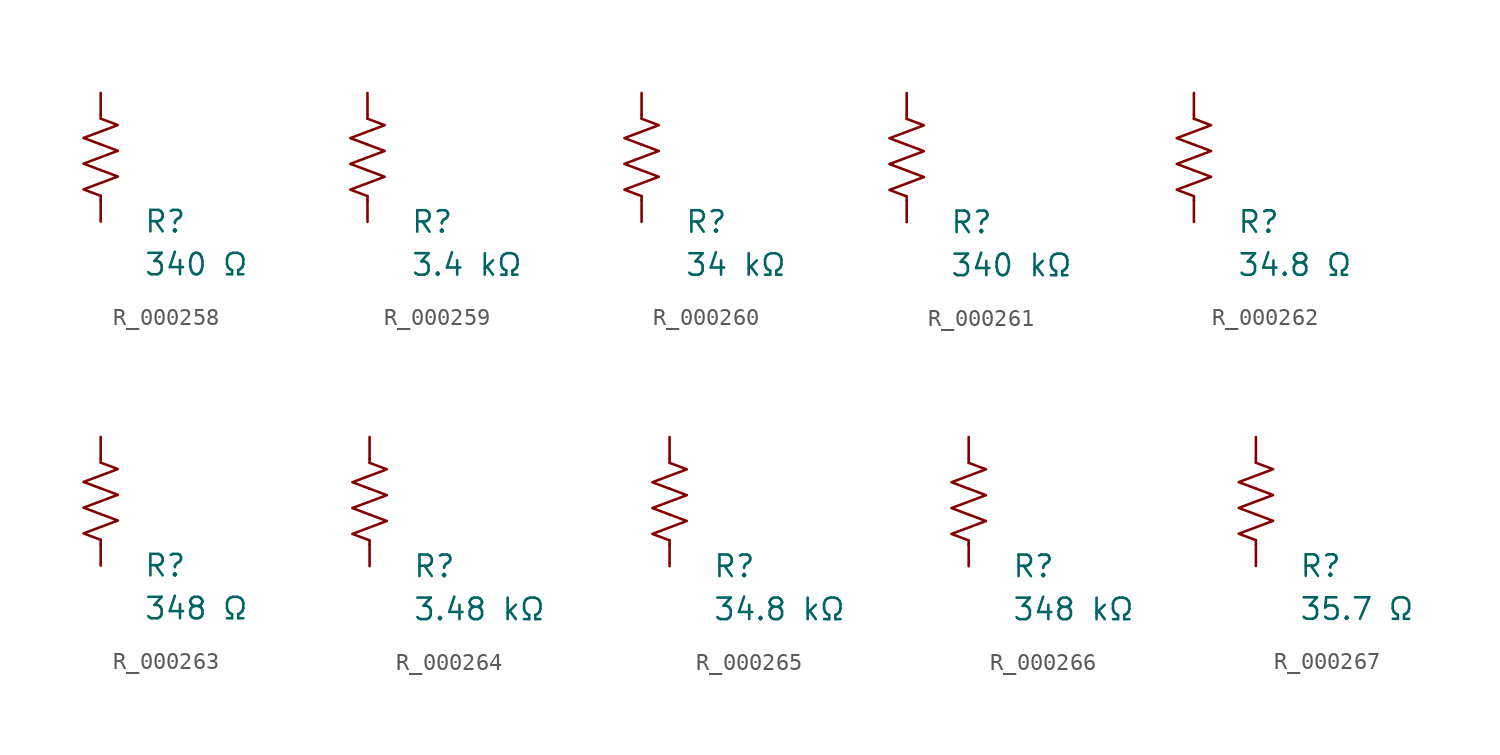
<source format=kicad_sym>
(kicad_symbol_lib
  (version 20231120)
  (generator "kicad_symbol_editor")
  (generator_version "8.0")
  (symbol "R_000258"
    (pin_numbers hide)
    (pin_names
      (offset 0))
    (property "Reference" "R"
      (at 2.54 -3.81 0)
      (effects (font (size 1.27 1.27)) (justify left))
      (show_name no))
    (property "Value" "340 Ω"
      (at 2.54 -6.35 0)
      (effects (font (size 1.27 1.27)) (justify left))
      (show_name no))
    (symbol "R_000258_0_1"
      (polyline (pts (xy 0 -2.286) (xy 0 -2.54)) (stroke (width 0) (type default)) (fill (type none)))
      (polyline (pts (xy 0 2.286) (xy 0 2.54)) (stroke (width 0) (type default)) (fill (type none)))
      (polyline (pts (xy 0 -0.762) (xy 1.016 -1.143) (xy 0 -1.524) (xy -1.016 -1.905) (xy 0 -2.286)) (stroke (width 0) (type default)) (fill (type none)))
      (polyline (pts (xy 0 0.762) (xy 1.016 0.381) (xy 0 0) (xy -1.016 -0.381) (xy 0 -0.762)) (stroke (width 0) (type default)) (fill (type none)))
      (polyline (pts (xy 0 2.286) (xy 1.016 1.905) (xy 0 1.524) (xy -1.016 1.143) (xy 0 0.762)) (stroke (width 0) (type default)) (fill (type none))))
    (symbol "R_000258_1_1"
      (pin passive line (at 0 3.81 270) (length 1.27) (name "~" (effects (font (size 1.27 1.27)))) (number "1" (effects (font (size 1.27 1.27)))))
      (pin passive line (at 0 -3.81 90) (length 1.27) (name "~" (effects (font (size 1.27 1.27)))) (number "2" (effects (font (size 1.27 1.27)))))))
  (symbol "R_000259"
    (pin_numbers hide)
    (pin_names
      (offset 0))
    (property "Reference" "R"
      (at 2.54 -3.81 0)
      (effects (font (size 1.27 1.27)) (justify left))
      (show_name no))
    (property "Value" "3.4 kΩ"
      (at 2.54 -6.35 0)
      (effects (font (size 1.27 1.27)) (justify left))
      (show_name no))
    (symbol "R_000259_0_1"
      (polyline (pts (xy 0 -2.286) (xy 0 -2.54)) (stroke (width 0) (type default)) (fill (type none)))
      (polyline (pts (xy 0 2.286) (xy 0 2.54)) (stroke (width 0) (type default)) (fill (type none)))
      (polyline (pts (xy 0 -0.762) (xy 1.016 -1.143) (xy 0 -1.524) (xy -1.016 -1.905) (xy 0 -2.286)) (stroke (width 0) (type default)) (fill (type none)))
      (polyline (pts (xy 0 0.762) (xy 1.016 0.381) (xy 0 0) (xy -1.016 -0.381) (xy 0 -0.762)) (stroke (width 0) (type default)) (fill (type none)))
      (polyline (pts (xy 0 2.286) (xy 1.016 1.905) (xy 0 1.524) (xy -1.016 1.143) (xy 0 0.762)) (stroke (width 0) (type default)) (fill (type none))))
    (symbol "R_000259_1_1"
      (pin passive line (at 0 3.81 270) (length 1.27) (name "~" (effects (font (size 1.27 1.27)))) (number "1" (effects (font (size 1.27 1.27)))))
      (pin passive line (at 0 -3.81 90) (length 1.27) (name "~" (effects (font (size 1.27 1.27)))) (number "2" (effects (font (size 1.27 1.27)))))))
  (symbol "R_000260"
    (pin_numbers hide)
    (pin_names
      (offset 0))
    (property "Reference" "R"
      (at 2.54 -3.81 0)
      (effects (font (size 1.27 1.27)) (justify left))
      (show_name no))
    (property "Value" "34 kΩ"
      (at 2.54 -6.35 0)
      (effects (font (size 1.27 1.27)) (justify left))
      (show_name no))
    (symbol "R_000260_0_1"
      (polyline (pts (xy 0 -2.286) (xy 0 -2.54)) (stroke (width 0) (type default)) (fill (type none)))
      (polyline (pts (xy 0 2.286) (xy 0 2.54)) (stroke (width 0) (type default)) (fill (type none)))
      (polyline (pts (xy 0 -0.762) (xy 1.016 -1.143) (xy 0 -1.524) (xy -1.016 -1.905) (xy 0 -2.286)) (stroke (width 0) (type default)) (fill (type none)))
      (polyline (pts (xy 0 0.762) (xy 1.016 0.381) (xy 0 0) (xy -1.016 -0.381) (xy 0 -0.762)) (stroke (width 0) (type default)) (fill (type none)))
      (polyline (pts (xy 0 2.286) (xy 1.016 1.905) (xy 0 1.524) (xy -1.016 1.143) (xy 0 0.762)) (stroke (width 0) (type default)) (fill (type none))))
    (symbol "R_000260_1_1"
      (pin passive line (at 0 3.81 270) (length 1.27) (name "~" (effects (font (size 1.27 1.27)))) (number "1" (effects (font (size 1.27 1.27)))))
      (pin passive line (at 0 -3.81 90) (length 1.27) (name "~" (effects (font (size 1.27 1.27)))) (number "2" (effects (font (size 1.27 1.27)))))))
  (symbol "R_000261"
    (pin_numbers hide)
    (pin_names
      (offset 0))
    (property "Reference" "R"
      (at 2.54 -3.81 0)
      (effects (font (size 1.27 1.27)) (justify left))
      (show_name no))
    (property "Value" "340 kΩ"
      (at 2.54 -6.35 0)
      (effects (font (size 1.27 1.27)) (justify left))
      (show_name no))
    (symbol "R_000261_0_1"
      (polyline (pts (xy 0 -2.286) (xy 0 -2.54)) (stroke (width 0) (type default)) (fill (type none)))
      (polyline (pts (xy 0 2.286) (xy 0 2.54)) (stroke (width 0) (type default)) (fill (type none)))
      (polyline (pts (xy 0 -0.762) (xy 1.016 -1.143) (xy 0 -1.524) (xy -1.016 -1.905) (xy 0 -2.286)) (stroke (width 0) (type default)) (fill (type none)))
      (polyline (pts (xy 0 0.762) (xy 1.016 0.381) (xy 0 0) (xy -1.016 -0.381) (xy 0 -0.762)) (stroke (width 0) (type default)) (fill (type none)))
      (polyline (pts (xy 0 2.286) (xy 1.016 1.905) (xy 0 1.524) (xy -1.016 1.143) (xy 0 0.762)) (stroke (width 0) (type default)) (fill (type none))))
    (symbol "R_000261_1_1"
      (pin passive line (at 0 3.81 270) (length 1.27) (name "~" (effects (font (size 1.27 1.27)))) (number "1" (effects (font (size 1.27 1.27)))))
      (pin passive line (at 0 -3.81 90) (length 1.27) (name "~" (effects (font (size 1.27 1.27)))) (number "2" (effects (font (size 1.27 1.27)))))))
  (symbol "R_000262"
    (pin_numbers hide)
    (pin_names
      (offset 0))
    (property "Reference" "R"
      (at 2.54 -3.81 0)
      (effects (font (size 1.27 1.27)) (justify left))
      (show_name no))
    (property "Value" "34.8 Ω"
      (at 2.54 -6.35 0)
      (effects (font (size 1.27 1.27)) (justify left))
      (show_name no))
    (symbol "R_000262_0_1"
      (polyline (pts (xy 0 -2.286) (xy 0 -2.54)) (stroke (width 0) (type default)) (fill (type none)))
      (polyline (pts (xy 0 2.286) (xy 0 2.54)) (stroke (width 0) (type default)) (fill (type none)))
      (polyline (pts (xy 0 -0.762) (xy 1.016 -1.143) (xy 0 -1.524) (xy -1.016 -1.905) (xy 0 -2.286)) (stroke (width 0) (type default)) (fill (type none)))
      (polyline (pts (xy 0 0.762) (xy 1.016 0.381) (xy 0 0) (xy -1.016 -0.381) (xy 0 -0.762)) (stroke (width 0) (type default)) (fill (type none)))
      (polyline (pts (xy 0 2.286) (xy 1.016 1.905) (xy 0 1.524) (xy -1.016 1.143) (xy 0 0.762)) (stroke (width 0) (type default)) (fill (type none))))
    (symbol "R_000262_1_1"
      (pin passive line (at 0 3.81 270) (length 1.27) (name "~" (effects (font (size 1.27 1.27)))) (number "1" (effects (font (size 1.27 1.27)))))
      (pin passive line (at 0 -3.81 90) (length 1.27) (name "~" (effects (font (size 1.27 1.27)))) (number "2" (effects (font (size 1.27 1.27)))))))
  (symbol "R_000263"
    (pin_numbers hide)
    (pin_names
      (offset 0))
    (property "Reference" "R"
      (at 2.54 -3.81 0)
      (effects (font (size 1.27 1.27)) (justify left))
      (show_name no))
    (property "Value" "348 Ω"
      (at 2.54 -6.35 0)
      (effects (font (size 1.27 1.27)) (justify left))
      (show_name no))
    (symbol "R_000263_0_1"
      (polyline (pts (xy 0 -2.286) (xy 0 -2.54)) (stroke (width 0) (type default)) (fill (type none)))
      (polyline (pts (xy 0 2.286) (xy 0 2.54)) (stroke (width 0) (type default)) (fill (type none)))
      (polyline (pts (xy 0 -0.762) (xy 1.016 -1.143) (xy 0 -1.524) (xy -1.016 -1.905) (xy 0 -2.286)) (stroke (width 0) (type default)) (fill (type none)))
      (polyline (pts (xy 0 0.762) (xy 1.016 0.381) (xy 0 0) (xy -1.016 -0.381) (xy 0 -0.762)) (stroke (width 0) (type default)) (fill (type none)))
      (polyline (pts (xy 0 2.286) (xy 1.016 1.905) (xy 0 1.524) (xy -1.016 1.143) (xy 0 0.762)) (stroke (width 0) (type default)) (fill (type none))))
    (symbol "R_000263_1_1"
      (pin passive line (at 0 3.81 270) (length 1.27) (name "~" (effects (font (size 1.27 1.27)))) (number "1" (effects (font (size 1.27 1.27)))))
      (pin passive line (at 0 -3.81 90) (length 1.27) (name "~" (effects (font (size 1.27 1.27)))) (number "2" (effects (font (size 1.27 1.27)))))))
  (symbol "R_000264"
    (pin_numbers hide)
    (pin_names
      (offset 0))
    (property "Reference" "R"
      (at 2.54 -3.81 0)
      (effects (font (size 1.27 1.27)) (justify left))
      (show_name no))
    (property "Value" "3.48 kΩ"
      (at 2.54 -6.35 0)
      (effects (font (size 1.27 1.27)) (justify left))
      (show_name no))
    (symbol "R_000264_0_1"
      (polyline (pts (xy 0 -2.286) (xy 0 -2.54)) (stroke (width 0) (type default)) (fill (type none)))
      (polyline (pts (xy 0 2.286) (xy 0 2.54)) (stroke (width 0) (type default)) (fill (type none)))
      (polyline (pts (xy 0 -0.762) (xy 1.016 -1.143) (xy 0 -1.524) (xy -1.016 -1.905) (xy 0 -2.286)) (stroke (width 0) (type default)) (fill (type none)))
      (polyline (pts (xy 0 0.762) (xy 1.016 0.381) (xy 0 0) (xy -1.016 -0.381) (xy 0 -0.762)) (stroke (width 0) (type default)) (fill (type none)))
      (polyline (pts (xy 0 2.286) (xy 1.016 1.905) (xy 0 1.524) (xy -1.016 1.143) (xy 0 0.762)) (stroke (width 0) (type default)) (fill (type none))))
    (symbol "R_000264_1_1"
      (pin passive line (at 0 3.81 270) (length 1.27) (name "~" (effects (font (size 1.27 1.27)))) (number "1" (effects (font (size 1.27 1.27)))))
      (pin passive line (at 0 -3.81 90) (length 1.27) (name "~" (effects (font (size 1.27 1.27)))) (number "2" (effects (font (size 1.27 1.27)))))))
  (symbol "R_000265"
    (pin_numbers hide)
    (pin_names
      (offset 0))
    (property "Reference" "R"
      (at 2.54 -3.81 0)
      (effects (font (size 1.27 1.27)) (justify left))
      (show_name no))
    (property "Value" "34.8 kΩ"
      (at 2.54 -6.35 0)
      (effects (font (size 1.27 1.27)) (justify left))
      (show_name no))
    (symbol "R_000265_0_1"
      (polyline (pts (xy 0 -2.286) (xy 0 -2.54)) (stroke (width 0) (type default)) (fill (type none)))
      (polyline (pts (xy 0 2.286) (xy 0 2.54)) (stroke (width 0) (type default)) (fill (type none)))
      (polyline (pts (xy 0 -0.762) (xy 1.016 -1.143) (xy 0 -1.524) (xy -1.016 -1.905) (xy 0 -2.286)) (stroke (width 0) (type default)) (fill (type none)))
      (polyline (pts (xy 0 0.762) (xy 1.016 0.381) (xy 0 0) (xy -1.016 -0.381) (xy 0 -0.762)) (stroke (width 0) (type default)) (fill (type none)))
      (polyline (pts (xy 0 2.286) (xy 1.016 1.905) (xy 0 1.524) (xy -1.016 1.143) (xy 0 0.762)) (stroke (width 0) (type default)) (fill (type none))))
    (symbol "R_000265_1_1"
      (pin passive line (at 0 3.81 270) (length 1.27) (name "~" (effects (font (size 1.27 1.27)))) (number "1" (effects (font (size 1.27 1.27)))))
      (pin passive line (at 0 -3.81 90) (length 1.27) (name "~" (effects (font (size 1.27 1.27)))) (number "2" (effects (font (size 1.27 1.27)))))))
  (symbol "R_000266"
    (pin_numbers hide)
    (pin_names
      (offset 0))
    (property "Reference" "R"
      (at 2.54 -3.81 0)
      (effects (font (size 1.27 1.27)) (justify left))
      (show_name no))
    (property "Value" "348 kΩ"
      (at 2.54 -6.35 0)
      (effects (font (size 1.27 1.27)) (justify left))
      (show_name no))
    (symbol "R_000266_0_1"
      (polyline (pts (xy 0 -2.286) (xy 0 -2.54)) (stroke (width 0) (type default)) (fill (type none)))
      (polyline (pts (xy 0 2.286) (xy 0 2.54)) (stroke (width 0) (type default)) (fill (type none)))
      (polyline (pts (xy 0 -0.762) (xy 1.016 -1.143) (xy 0 -1.524) (xy -1.016 -1.905) (xy 0 -2.286)) (stroke (width 0) (type default)) (fill (type none)))
      (polyline (pts (xy 0 0.762) (xy 1.016 0.381) (xy 0 0) (xy -1.016 -0.381) (xy 0 -0.762)) (stroke (width 0) (type default)) (fill (type none)))
      (polyline (pts (xy 0 2.286) (xy 1.016 1.905) (xy 0 1.524) (xy -1.016 1.143) (xy 0 0.762)) (stroke (width 0) (type default)) (fill (type none))))
    (symbol "R_000266_1_1"
      (pin passive line (at 0 3.81 270) (length 1.27) (name "~" (effects (font (size 1.27 1.27)))) (number "1" (effects (font (size 1.27 1.27)))))
      (pin passive line (at 0 -3.81 90) (length 1.27) (name "~" (effects (font (size 1.27 1.27)))) (number "2" (effects (font (size 1.27 1.27)))))))
  (symbol "R_000267"
    (pin_numbers hide)
    (pin_names
      (offset 0))
    (property "Reference" "R"
      (at 2.54 -3.81 0)
      (effects (font (size 1.27 1.27)) (justify left))
      (show_name no))
    (property "Value" "35.7 Ω"
      (at 2.54 -6.35 0)
      (effects (font (size 1.27 1.27)) (justify left))
      (show_name no))
    (symbol "R_000267_0_1"
      (polyline (pts (xy 0 -2.286) (xy 0 -2.54)) (stroke (width 0) (type default)) (fill (type none)))
      (polyline (pts (xy 0 2.286) (xy 0 2.54)) (stroke (width 0) (type default)) (fill (type none)))
      (polyline (pts (xy 0 -0.762) (xy 1.016 -1.143) (xy 0 -1.524) (xy -1.016 -1.905) (xy 0 -2.286)) (stroke (width 0) (type default)) (fill (type none)))
      (polyline (pts (xy 0 0.762) (xy 1.016 0.381) (xy 0 0) (xy -1.016 -0.381) (xy 0 -0.762)) (stroke (width 0) (type default)) (fill (type none)))
      (polyline (pts (xy 0 2.286) (xy 1.016 1.905) (xy 0 1.524) (xy -1.016 1.143) (xy 0 0.762)) (stroke (width 0) (type default)) (fill (type none))))
    (symbol "R_000267_1_1"
      (pin passive line (at 0 3.81 270) (length 1.27) (name "~" (effects (font (size 1.27 1.27)))) (number "1" (effects (font (size 1.27 1.27)))))
      (pin passive line (at 0 -3.81 90) (length 1.27) (name "~" (effects (font (size 1.27 1.27)))) (number "2" (effects (font (size 1.27 1.27))))))))
</source>
